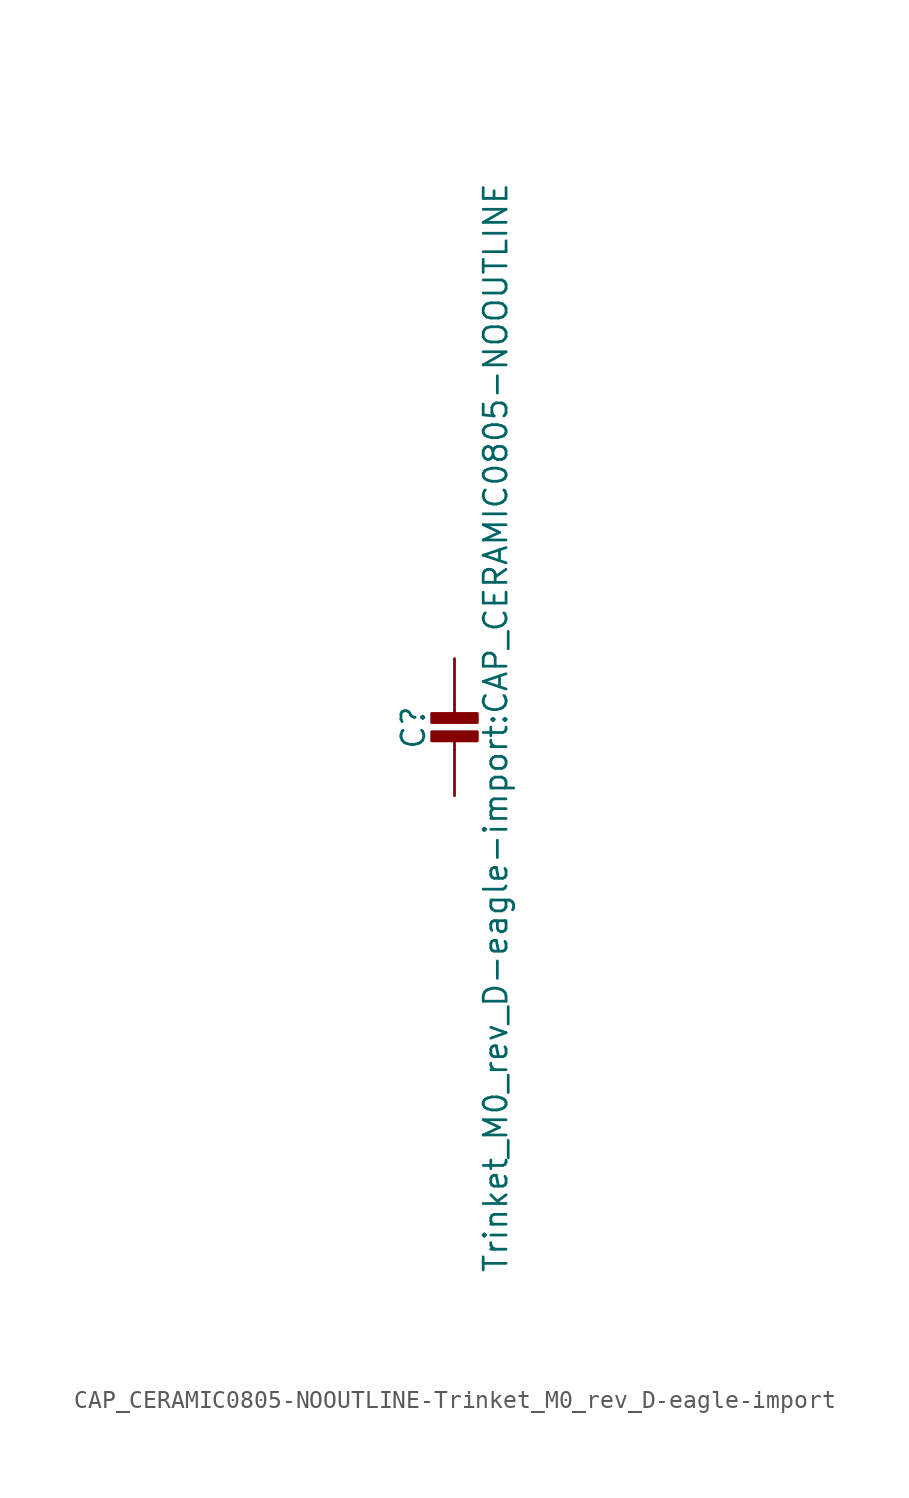
<source format=kicad_sym>
(kicad_symbol_lib
  (version 20241209)
  (generator "kicad_symbol_editor")
  (generator_version "9.0")
  (symbol "CAP_CERAMIC0805-NOOUTLINE-Trinket_M0_rev_D-eagle-import"
    (pin_names
      (offset 1.016))
    (property "Reference" "C"
      (at -2.286 1.245 90)
      (effects (font (size 1.27 1.27))))
    (property "Value" "Trinket_M0_rev_D-eagle-import:CAP_CERAMIC0805-NOOUTLINE"
      (at 2.286 1.245 90)
      (effects (font (size 1.27 1.27))))
    (property "ki_locked" ""
      (at 0 0 0)
      (effects (font (size 1.27 1.27))))
    (symbol "CAP_CERAMIC0805-NOOUTLINE-Trinket_M0_rev_D-eagle-import_1_0"
      (rectangle (start -1.27 1.524) (end 1.27 2.032) (stroke (width 0) (type solid)) (fill (type outline)))
      (rectangle (start -1.27 0.508) (end 1.27 1.016) (stroke (width 0) (type solid)) (fill (type outline)))
      (polyline (pts (xy 0 2.54) (xy 0 1.778)) (stroke (width 0) (type solid)) (fill (type none)))
      (polyline (pts (xy 0 0.762) (xy 0 0)) (stroke (width 0) (type solid)) (fill (type none)))
      (pin passive line (at 0 5.08 270) (length 2.54) (name "1" (effects (font (size 0 0)))) (number "1" (effects (font (size 0 0)))))
      (pin passive line (at 0 -2.54 90) (length 2.54) (name "2" (effects (font (size 0 0)))) (number "2" (effects (font (size 0 0))))))))
</source>
